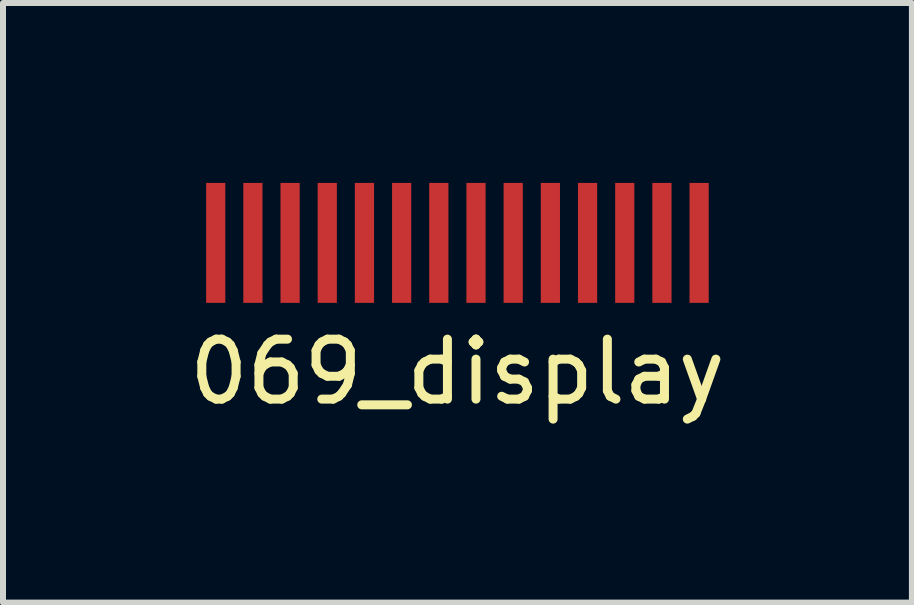
<source format=kicad_pcb>
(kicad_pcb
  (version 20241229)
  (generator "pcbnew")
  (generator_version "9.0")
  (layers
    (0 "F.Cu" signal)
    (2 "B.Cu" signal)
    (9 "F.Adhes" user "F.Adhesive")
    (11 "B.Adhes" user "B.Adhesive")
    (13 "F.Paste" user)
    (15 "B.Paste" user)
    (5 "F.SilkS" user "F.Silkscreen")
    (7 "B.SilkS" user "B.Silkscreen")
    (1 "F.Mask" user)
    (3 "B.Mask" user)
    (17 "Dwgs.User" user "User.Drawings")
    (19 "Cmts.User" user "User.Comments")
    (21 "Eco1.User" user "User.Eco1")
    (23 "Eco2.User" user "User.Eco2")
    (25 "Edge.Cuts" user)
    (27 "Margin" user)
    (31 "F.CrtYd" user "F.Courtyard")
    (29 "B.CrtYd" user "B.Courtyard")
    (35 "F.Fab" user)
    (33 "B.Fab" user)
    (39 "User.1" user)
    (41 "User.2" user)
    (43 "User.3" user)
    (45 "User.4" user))
  (footprint "069_display"
    (layer "F.Cu")
    (at 4.577 1)
    (property "Reference" "069_display" (at 0 2.15 0) (layer "F.SilkS") (effects (font (size 1 1) (thickness 0.15))))
    (attr smd)
    (pad "1" smd rect (at -4.03 0) (size 0.32 2) (layers "F.Cu" "F.Mask" "F.Paste"))
    (pad "2" smd rect (at -3.41 0) (size 0.32 2) (layers "F.Cu" "F.Mask" "F.Paste"))
    (pad "3" smd rect (at -2.79 0) (size 0.32 2) (layers "F.Cu" "F.Mask" "F.Paste"))
    (pad "4" smd rect (at -2.17 0) (size 0.32 2) (layers "F.Cu" "F.Mask" "F.Paste"))
    (pad "5" smd rect (at -1.55 0) (size 0.32 2) (layers "F.Cu" "F.Mask" "F.Paste"))
    (pad "6" smd rect (at -0.93 0) (size 0.32 2) (layers "F.Cu" "F.Mask" "F.Paste"))
    (pad "7" smd rect (at -0.31 0) (size 0.32 2) (layers "F.Cu" "F.Mask" "F.Paste"))
    (pad "8" smd rect (at 0.31 0) (size 0.32 2) (layers "F.Cu" "F.Mask" "F.Paste"))
    (pad "9" smd rect (at 0.93 0) (size 0.32 2) (layers "F.Cu" "F.Mask" "F.Paste"))
    (pad "10" smd rect (at 1.55 0) (size 0.32 2) (layers "F.Cu" "F.Mask" "F.Paste"))
    (pad "11" smd rect (at 2.17 0) (size 0.32 2) (layers "F.Cu" "F.Mask" "F.Paste"))
    (pad "12" smd rect (at 2.79 0) (size 0.32 2) (layers "F.Cu" "F.Mask" "F.Paste"))
    (pad "13" smd rect (at 3.41 0) (size 0.32 2) (layers "F.Cu" "F.Mask" "F.Paste"))
    (pad "14" smd rect (at 4.03 0) (size 0.32 2) (layers "F.Cu" "F.Mask" "F.Paste")))
  (gr_rect
    (start -3 -3)
    (end 12.155 6.998)
    (stroke (width 0.1) (type default))
    (fill no)
    (layer "Edge.Cuts")))
</source>
